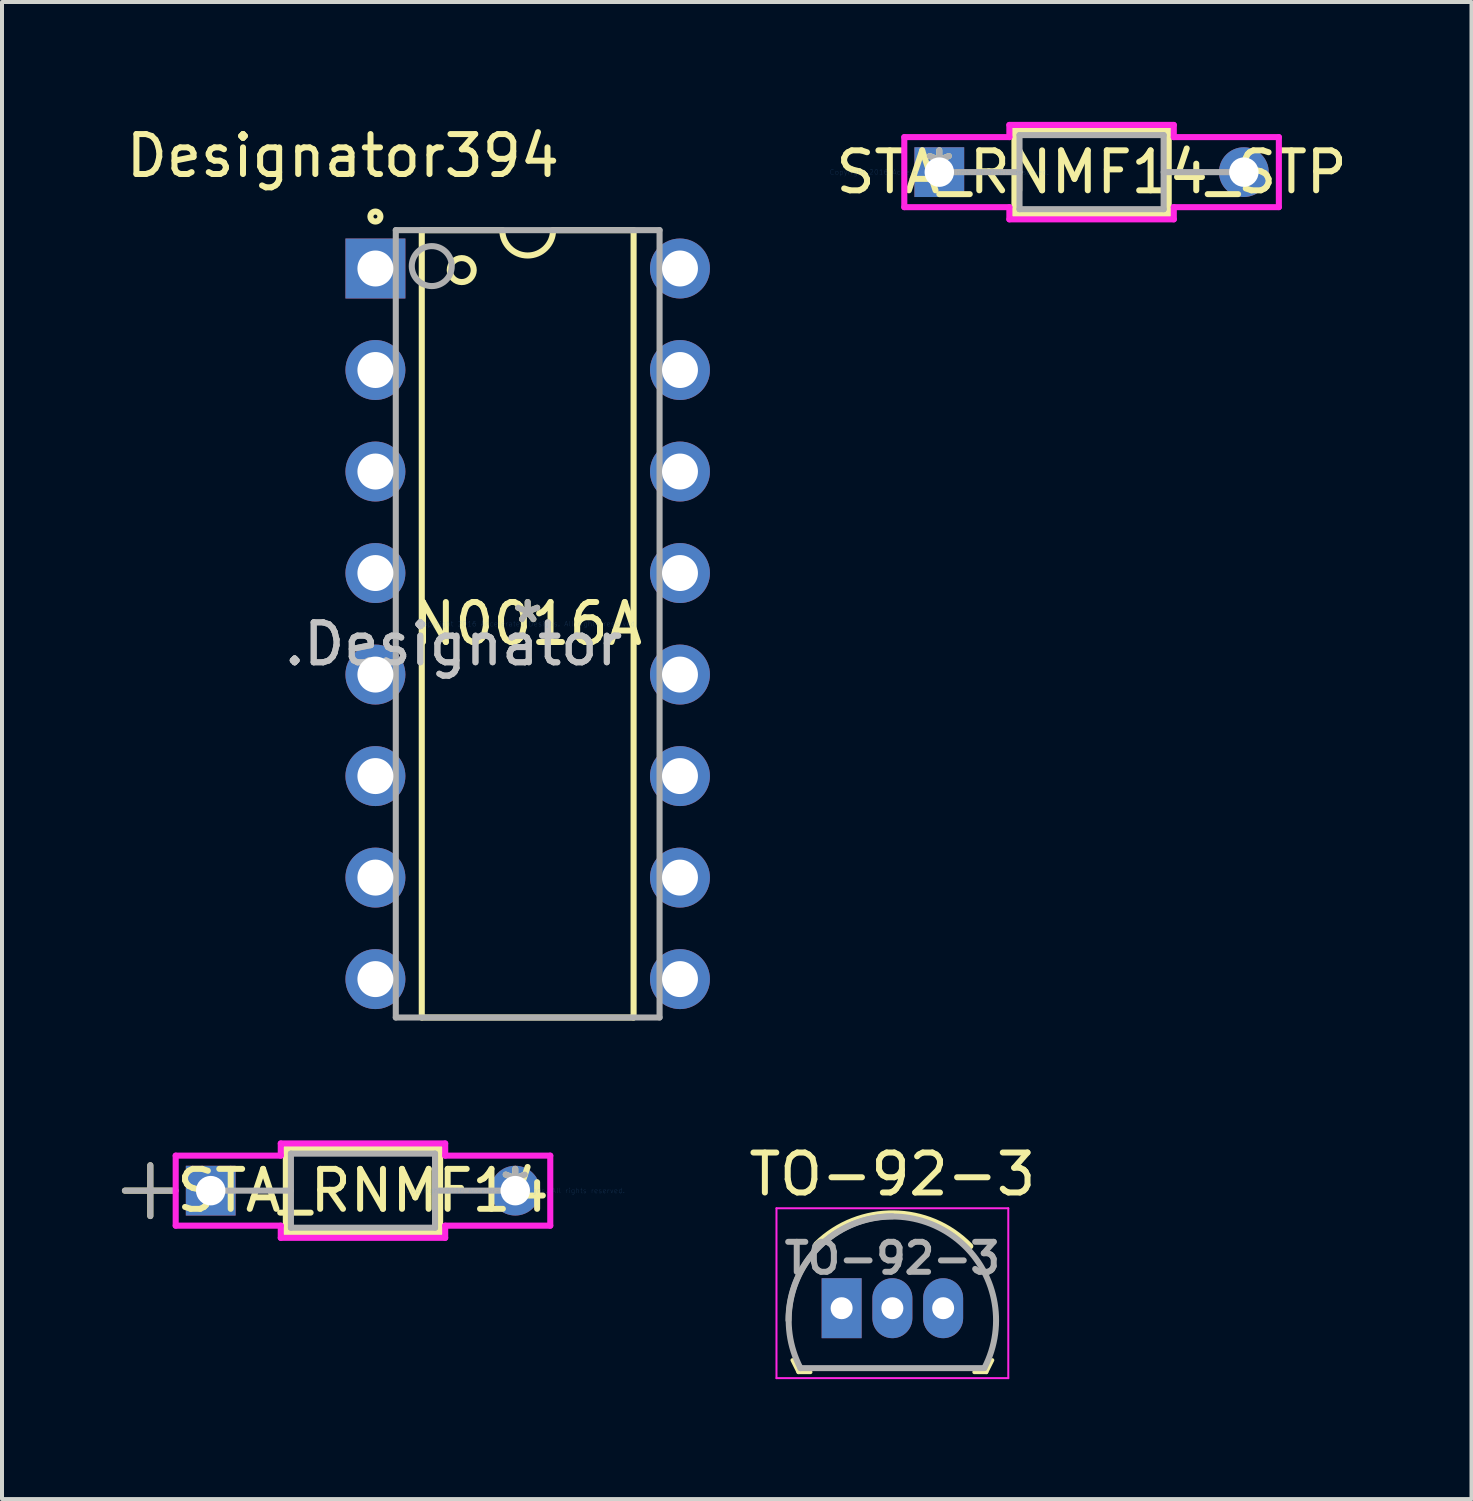
<source format=kicad_pcb>
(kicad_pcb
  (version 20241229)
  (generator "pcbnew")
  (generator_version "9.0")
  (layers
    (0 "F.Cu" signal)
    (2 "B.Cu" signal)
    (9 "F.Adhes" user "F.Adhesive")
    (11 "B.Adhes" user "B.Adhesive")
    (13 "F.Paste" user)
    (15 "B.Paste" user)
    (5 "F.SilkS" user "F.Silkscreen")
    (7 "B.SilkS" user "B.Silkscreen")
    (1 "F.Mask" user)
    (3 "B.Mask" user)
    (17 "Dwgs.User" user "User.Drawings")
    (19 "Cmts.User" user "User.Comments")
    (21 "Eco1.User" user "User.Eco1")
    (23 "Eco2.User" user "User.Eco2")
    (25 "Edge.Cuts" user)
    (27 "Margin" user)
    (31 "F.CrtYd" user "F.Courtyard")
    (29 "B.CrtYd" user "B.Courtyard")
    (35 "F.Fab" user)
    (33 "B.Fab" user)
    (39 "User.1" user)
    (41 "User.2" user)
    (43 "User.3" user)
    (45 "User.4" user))
  (footprint "TO-92-3"
    (layer "F.Cu")
    (at 18.008 29.682)
    (property "Reference" "TO-92-3" (at 1.27 -3.35 0) (layer "F.SilkS") (effects (font (size 1 1) (thickness 0.15))))
    (attr through_hole)
    (fp_line (start -1.08 1.6) (end -1.23 1.3) (stroke (width 0.1) (type solid)) (layer "F.SilkS"))
    (fp_line (start -0.78 1.6) (end -1.08 1.6) (stroke (width 0.1) (type solid)) (layer "F.SilkS"))
    (fp_line (start 3.62 1.6) (end 3.32 1.6) (stroke (width 0.1) (type solid)) (layer "F.SilkS"))
    (fp_line (start 3.62 1.6) (end 3.77 1.3) (stroke (width 0.1) (type solid)) (layer "F.SilkS"))
    (fp_arc (start -0.63 -1.6) (mid 1.305355 -2.372361) (end 3.22 -1.55) (stroke (width 0.15) (type solid)) (layer "F.SilkS"))
    (fp_line (start -1.63 -2.5) (end 4.17 -2.5) (stroke (width 0.05) (type solid)) (layer "F.CrtYd"))
    (fp_line (start -1.63 1.75) (end -1.63 -2.5) (stroke (width 0.05) (type solid)) (layer "F.CrtYd"))
    (fp_line (start -1.63 1.75) (end 4.17 1.75) (stroke (width 0.05) (type solid)) (layer "F.CrtYd"))
    (fp_line (start 4.17 1.75) (end 4.17 -2.5) (stroke (width 0.05) (type solid)) (layer "F.CrtYd"))
    (fp_line (start 3.57 1.5) (end -1.03 1.5) (stroke (width 0.15) (type solid)) (layer "F.Fab"))
    (fp_arc (start -1.33 0.3) (mid -0.568478 -1.538478) (end 1.27 -2.3) (stroke (width 0.15) (type solid)) (layer "F.Fab"))
    (fp_arc (start -1.03 1.5) (mid 1.267609 -2.294223) (end 3.572208 1.495758) (stroke (width 0.15) (type solid)) (layer "F.Fab"))
    (fp_text user "${REFERENCE}" (at 1.27 -1.25 180) (layer "F.Fab") (effects (font (size 0.75 0.75) (thickness 0.15))))
    (pad "1" thru_hole rect (at 0 0 180) (size 1 1.5) (drill 0.55) (layers "*.Cu" "*.Mask"))
    (pad "2" thru_hole oval (at 1.27 0 180) (size 1 1.5) (drill 0.55) (layers "*.Cu" "*.Mask"))
    (pad "3" thru_hole oval (at 2.54 0 180) (size 1 1.5) (drill 0.55) (layers "*.Cu" "*.Mask")))
  (footprint "STA_RNMF14"
    (layer "F.Cu")
    (at 9.842 26.741)
    (property "Reference" "STA_RNMF14" (at -3.81 0 0) (layer "F.SilkS") (effects (font (size 1 1) (thickness 0.15))))
    (attr through_hole)
    (fp_line (start -9.766 0) (end -8.575 0) (stroke (width 0.152) (type solid)) (layer "F.SilkS"))
    (fp_line (start -9.131 -0.635) (end -9.131 0.635) (stroke (width 0.152) (type solid)) (layer "F.SilkS"))
    (fp_line (start -5.74 -1.054) (end -5.74 1.054) (stroke (width 0.152) (type solid)) (layer "F.SilkS"))
    (fp_line (start -5.74 1.054) (end -1.88 1.054) (stroke (width 0.152) (type solid)) (layer "F.SilkS"))
    (fp_line (start -1.88 -1.054) (end -5.74 -1.054) (stroke (width 0.152) (type solid)) (layer "F.SilkS"))
    (fp_line (start -1.88 1.054) (end -1.88 -1.054) (stroke (width 0.152) (type solid)) (layer "F.SilkS"))
    (fp_line (start -8.496 -0.876) (end -5.867 -0.876) (stroke (width 0.152) (type solid)) (layer "F.CrtYd"))
    (fp_line (start -8.496 0.876) (end -8.496 -0.876) (stroke (width 0.152) (type solid)) (layer "F.CrtYd"))
    (fp_line (start -5.867 -1.181) (end -1.753 -1.181) (stroke (width 0.152) (type solid)) (layer "F.CrtYd"))
    (fp_line (start -5.867 -0.876) (end -5.867 -1.181) (stroke (width 0.152) (type solid)) (layer "F.CrtYd"))
    (fp_line (start -5.867 0.876) (end -8.496 0.876) (stroke (width 0.152) (type solid)) (layer "F.CrtYd"))
    (fp_line (start -5.867 1.181) (end -5.867 0.876) (stroke (width 0.152) (type solid)) (layer "F.CrtYd"))
    (fp_line (start -1.753 -1.181) (end -1.753 -0.876) (stroke (width 0.152) (type solid)) (layer "F.CrtYd"))
    (fp_line (start -1.753 -0.876) (end 0.876 -0.876) (stroke (width 0.152) (type solid)) (layer "F.CrtYd"))
    (fp_line (start -1.753 0.876) (end -1.753 1.181) (stroke (width 0.152) (type solid)) (layer "F.CrtYd"))
    (fp_line (start -1.753 1.181) (end -5.867 1.181) (stroke (width 0.152) (type solid)) (layer "F.CrtYd"))
    (fp_line (start 0.876 -0.876) (end 0.876 0.876) (stroke (width 0.152) (type solid)) (layer "F.CrtYd"))
    (fp_line (start 0.876 0.876) (end -1.753 0.876) (stroke (width 0.152) (type solid)) (layer "F.CrtYd"))
    (fp_line (start -9.766 0) (end -8.496 0) (stroke (width 0.152) (type solid)) (layer "F.Fab"))
    (fp_line (start -9.131 -0.635) (end -9.131 0.635) (stroke (width 0.152) (type solid)) (layer "F.Fab"))
    (fp_line (start -7.62 0) (end -5.613 0) (stroke (width 0.152) (type solid)) (layer "F.Fab"))
    (fp_line (start -5.613 -0.927) (end -5.613 0.927) (stroke (width 0.152) (type solid)) (layer "F.Fab"))
    (fp_line (start -5.613 0.927) (end -2.007 0.927) (stroke (width 0.152) (type solid)) (layer "F.Fab"))
    (fp_line (start -2.007 -0.927) (end -5.613 -0.927) (stroke (width 0.152) (type solid)) (layer "F.Fab"))
    (fp_line (start -2.007 0.927) (end -2.007 -0.927) (stroke (width 0.152) (type solid)) (layer "F.Fab"))
    (fp_line (start 0 0) (end -2.007 0) (stroke (width 0.152) (type solid)) (layer "F.Fab"))
    (fp_text user "*" (at 0 0 0) (layer "F.SilkS") (effects (font (size 1 1) (thickness 0.15))))
    (fp_text user "Copyright 2016 Accelerated Designs. All rights reserved." (at 0 0 0) (layer "Cmts.User") (effects (font (size 0.127 0.127) (thickness 0.002))))
    (fp_text user "*" (at 0 0 0) (layer "F.Fab") (effects (font (size 1 1) (thickness 0.15))))
    (pad "1" thru_hole rect (at -7.62 0) (size 1.245 1.245) (drill 0.737) (layers "*.Cu" "*.Mask"))
    (pad "2" thru_hole circle (at 0 0) (size 1.245 1.245) (drill 0.737) (layers "*.Cu" "*.Mask")))
  (footprint "STA_RNMF14_STP"
    (layer "F.Cu")
    (at 20.452 1.257)
    (property "Reference" "STA_RNMF14_STP" (at 3.81 0 0) (layer "F.SilkS") (effects (font (size 1 1) (thickness 0.15))))
    (attr through_hole)
    (fp_line (start 1.88 -1.054) (end 1.88 1.054) (stroke (width 0.152) (type solid)) (layer "F.SilkS"))
    (fp_line (start 1.88 1.054) (end 5.74 1.054) (stroke (width 0.152) (type solid)) (layer "F.SilkS"))
    (fp_line (start 5.74 -1.054) (end 1.88 -1.054) (stroke (width 0.152) (type solid)) (layer "F.SilkS"))
    (fp_line (start 5.74 1.054) (end 5.74 -1.054) (stroke (width 0.152) (type solid)) (layer "F.SilkS"))
    (fp_line (start -0.876 -0.876) (end 1.753 -0.876) (stroke (width 0.152) (type solid)) (layer "F.CrtYd"))
    (fp_line (start -0.876 0.876) (end -0.876 -0.876) (stroke (width 0.152) (type solid)) (layer "F.CrtYd"))
    (fp_line (start 1.753 -1.181) (end 5.867 -1.181) (stroke (width 0.152) (type solid)) (layer "F.CrtYd"))
    (fp_line (start 1.753 -0.876) (end 1.753 -1.181) (stroke (width 0.152) (type solid)) (layer "F.CrtYd"))
    (fp_line (start 1.753 0.876) (end -0.876 0.876) (stroke (width 0.152) (type solid)) (layer "F.CrtYd"))
    (fp_line (start 1.753 1.181) (end 1.753 0.876) (stroke (width 0.152) (type solid)) (layer "F.CrtYd"))
    (fp_line (start 5.867 -1.181) (end 5.867 -0.876) (stroke (width 0.152) (type solid)) (layer "F.CrtYd"))
    (fp_line (start 5.867 -0.876) (end 8.496 -0.876) (stroke (width 0.152) (type solid)) (layer "F.CrtYd"))
    (fp_line (start 5.867 0.876) (end 5.867 1.181) (stroke (width 0.152) (type solid)) (layer "F.CrtYd"))
    (fp_line (start 5.867 1.181) (end 1.753 1.181) (stroke (width 0.152) (type solid)) (layer "F.CrtYd"))
    (fp_line (start 8.496 -0.876) (end 8.496 0.876) (stroke (width 0.152) (type solid)) (layer "F.CrtYd"))
    (fp_line (start 8.496 0.876) (end 5.867 0.876) (stroke (width 0.152) (type solid)) (layer "F.CrtYd"))
    (fp_line (start 0 0) (end 2.007 0) (stroke (width 0.152) (type solid)) (layer "F.Fab"))
    (fp_line (start 2.007 -0.927) (end 2.007 0.927) (stroke (width 0.152) (type solid)) (layer "F.Fab"))
    (fp_line (start 2.007 0.927) (end 5.613 0.927) (stroke (width 0.152) (type solid)) (layer "F.Fab"))
    (fp_line (start 5.613 -0.927) (end 2.007 -0.927) (stroke (width 0.152) (type solid)) (layer "F.Fab"))
    (fp_line (start 5.613 0.927) (end 5.613 -0.927) (stroke (width 0.152) (type solid)) (layer "F.Fab"))
    (fp_line (start 7.62 0) (end 5.613 0) (stroke (width 0.152) (type solid)) (layer "F.Fab"))
    (fp_text user "*" (at 0 0 0) (layer "F.SilkS") (effects (font (size 1 1) (thickness 0.15))))
    (fp_text user "Copyright 2016 Accelerated Designs. All rights reserved." (at 0 0 0) (layer "Cmts.User") (effects (font (size 0.127 0.127) (thickness 0.002))))
    (fp_text user "*" (at 0 0 0) (layer "F.Fab") (effects (font (size 1 1) (thickness 0.15))))
    (pad "1" thru_hole rect (at 0 0) (size 1.245 1.245) (drill 0.737) (layers "*.Cu" "*.Mask"))
    (pad "2" thru_hole circle (at 7.62 0) (size 1.245 1.245) (drill 0.737) (layers "*.Cu" "*.Mask")))
  (footprint "N0016A"
    (layer "F.Cu")
    (at 10.153 12.558)
    (property "Reference" "N0016A" (at 0 0 0) (layer "F.SilkS") (effects (font (size 1 1) (thickness 0.15))))
    (attr through_hole)
    (fp_line (start -2.65 -9.85) (end -0.635 -9.85) (stroke (width 0.152) (type solid)) (layer "F.SilkS"))
    (fp_line (start -2.65 9.85) (end -2.65 -9.85) (stroke (width 0.152) (type solid)) (layer "F.SilkS"))
    (fp_line (start -2.65 9.85) (end 2.65 9.85) (stroke (width 0.152) (type solid)) (layer "F.SilkS"))
    (fp_line (start 0.635 -9.85) (end 2.65 -9.85) (stroke (width 0.152) (type solid)) (layer "F.SilkS"))
    (fp_line (start 2.65 9.85) (end 2.65 -9.85) (stroke (width 0.152) (type solid)) (layer "F.SilkS"))
    (fp_arc (start 0.635 -9.850001) (mid 0 -9.215001) (end -0.635 -9.850001) (stroke (width 0.1524) (type solid)) (layer "F.SilkS"))
    (fp_circle (center -3.81 -10.19) (end -3.685 -10.19) (stroke (width 0.152) (type solid)) (fill no) (layer "F.SilkS"))
    (fp_circle (center -1.65 -8.85) (end -1.35 -8.85) (stroke (width 0.152) (type solid)) (fill no) (layer "F.SilkS"))
    (fp_line (start -3.3 -9.85) (end 3.3 -9.85) (stroke (width 0.152) (type solid)) (layer "F.Fab"))
    (fp_line (start -3.3 9.85) (end -3.3 -9.85) (stroke (width 0.152) (type solid)) (layer "F.Fab"))
    (fp_line (start -3.3 9.85) (end 3.3 9.85) (stroke (width 0.152) (type solid)) (layer "F.Fab"))
    (fp_line (start 3.3 9.85) (end 3.3 -9.85) (stroke (width 0.152) (type solid)) (layer "F.Fab"))
    (fp_circle (center -2.4 -8.95) (end -1.9 -8.95) (stroke (width 0.152) (type solid)) (fill no) (layer "F.Fab"))
    (fp_text user "*" (at 0 0 0) (layer "F.SilkS") (effects (font (size 1 1) (thickness 0.15))))
    (fp_text user "Designator394" (at -4.623 -11.709 0) (layer "F.SilkS") (effects (font (size 1 1) (thickness 0.15))))
    (fp_text user ".Designator" (at -1.854 0.508 0) (layer "Dwgs.User") (effects (font (size 1 1) (thickness 0.15))))
    (fp_text user "Copyright 2016 Accelerated Designs. All rights reserved." (at 0 0 0) (layer "Cmts.User") (effects (font (size 0.127 0.127) (thickness 0.002))))
    (fp_text user "*" (at 0 0 0) (layer "F.Fab") (effects (font (size 1 1) (thickness 0.15))))
    (fp_text user ".Designator" (at -1.854 0.508 0) (layer "F.Fab") (effects (font (size 1 1) (thickness 0.15))))
    (pad "1" thru_hole rect (at -3.81 -8.89) (size 1.5 1.5) (drill 0.9) (layers "*.Cu" "*.Mask"))
    (pad "2" thru_hole circle (at -3.81 -6.35) (size 1.5 1.5) (drill 0.9) (layers "*.Cu" "*.Mask"))
    (pad "3" thru_hole circle (at -3.81 -3.81) (size 1.5 1.5) (drill 0.9) (layers "*.Cu" "*.Mask"))
    (pad "4" thru_hole circle (at -3.81 -1.27) (size 1.5 1.5) (drill 0.9) (layers "*.Cu" "*.Mask"))
    (pad "5" thru_hole circle (at -3.81 1.27) (size 1.5 1.5) (drill 0.9) (layers "*.Cu" "*.Mask"))
    (pad "6" thru_hole circle (at -3.81 3.81) (size 1.5 1.5) (drill 0.9) (layers "*.Cu" "*.Mask"))
    (pad "7" thru_hole circle (at -3.81 6.35) (size 1.5 1.5) (drill 0.9) (layers "*.Cu" "*.Mask"))
    (pad "8" thru_hole circle (at -3.81 8.89) (size 1.5 1.5) (drill 0.9) (layers "*.Cu" "*.Mask"))
    (pad "9" thru_hole circle (at 3.81 8.89) (size 1.5 1.5) (drill 0.9) (layers "*.Cu" "*.Mask"))
    (pad "10" thru_hole circle (at 3.81 6.35) (size 1.5 1.5) (drill 0.9) (layers "*.Cu" "*.Mask"))
    (pad "11" thru_hole circle (at 3.81 3.81) (size 1.5 1.5) (drill 0.9) (layers "*.Cu" "*.Mask"))
    (pad "12" thru_hole circle (at 3.81 1.27) (size 1.5 1.5) (drill 0.9) (layers "*.Cu" "*.Mask"))
    (pad "13" thru_hole circle (at 3.81 -1.27) (size 1.5 1.5) (drill 0.9) (layers "*.Cu" "*.Mask"))
    (pad "14" thru_hole circle (at 3.81 -3.81) (size 1.5 1.5) (drill 0.9) (layers "*.Cu" "*.Mask"))
    (pad "15" thru_hole circle (at 3.81 -6.35) (size 1.5 1.5) (drill 0.9) (layers "*.Cu" "*.Mask"))
    (pad "16" thru_hole circle (at 3.81 -8.89) (size 1.5 1.5) (drill 0.9) (layers "*.Cu" "*.Mask")))
  (gr_rect
    (start -3 -3)
    (end 33.768 34.457)
    (stroke (width 0.1) (type default))
    (fill no)
    (layer "Edge.Cuts")))
</source>
